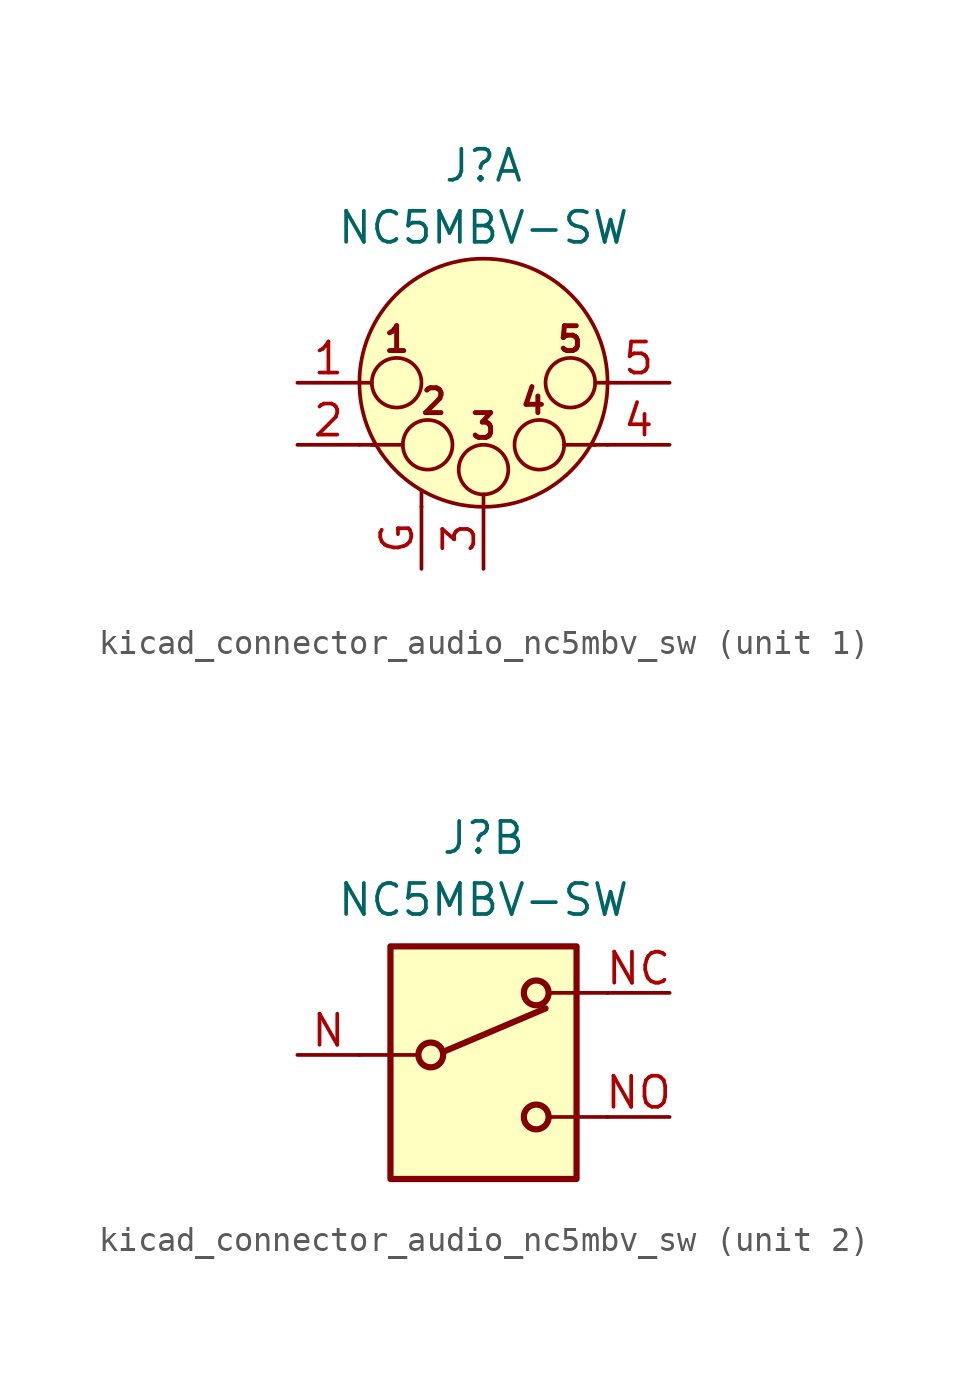
<source format=kicad_sym>
(kicad_symbol_lib
  (version 20220914)
  (generator kicad_symbol_editor)
  (symbol "kicad_connector_audio_nc5mbv_sw"
    (pin_names hide)
    (property "Reference" "J"
      (at 0 8.89 0)
      (effects (font (size 1.27 1.27))))
    (property "Value" "NC5MBV-SW"
      (at 0 6.35 0)
      (effects (font (size 1.27 1.27))))
    (property "ki_locked" ""
      (at 0 0 0)
      (effects (font (size 1.27 1.27))))
    (symbol "kicad_connector_audio_nc5mbv_sw_1_1"
      (circle (center -3.556 0) (radius 1.016) (stroke (width 0) (type default)) (fill (type none)))
      (circle (center -2.286 -2.54) (radius 1.016) (stroke (width 0) (type default)) (fill (type none)))
      (circle (center 0 -3.556) (radius 1.016) (stroke (width 0) (type default)) (fill (type none)))
      (polyline (pts (xy -5.08 -2.54) (xy -4.445 -2.54)) (stroke (width 0) (type default)) (fill (type none)))
      (polyline (pts (xy -5.08 0) (xy -4.572 0)) (stroke (width 0) (type default)) (fill (type none)))
      (polyline (pts (xy -4.572 -2.54) (xy -3.302 -2.54)) (stroke (width 0) (type default)) (fill (type none)))
      (polyline (pts (xy -2.54 -5.08) (xy -2.54 -4.445)) (stroke (width 0) (type default)) (fill (type none)))
      (polyline (pts (xy 0 -5.08) (xy 0 -4.572)) (stroke (width 0) (type default)) (fill (type none)))
      (polyline (pts (xy 4.572 -2.54) (xy 3.302 -2.54)) (stroke (width 0) (type default)) (fill (type none)))
      (polyline (pts (xy 5.08 -2.54) (xy 4.445 -2.54)) (stroke (width 0) (type default)) (fill (type none)))
      (polyline (pts (xy 5.08 0) (xy 4.572 0)) (stroke (width 0) (type default)) (fill (type none)))
      (circle (center 0 0) (radius 5.08) (stroke (width 0) (type default)) (fill (type background)))
      (circle (center 2.286 -2.54) (radius 1.016) (stroke (width 0) (type default)) (fill (type none)))
      (circle (center 3.556 0) (radius 1.016) (stroke (width 0) (type default)) (fill (type none)))
      (text "1" (at -3.556 1.778 0) (effects (font (size 1.016 1.016) bold)))
      (text "2" (at -2.032 -0.762 0) (effects (font (size 1.016 1.016) bold)))
      (text "3" (at 0 -1.778 0) (effects (font (size 1.016 1.016) bold)))
      (text "4" (at 2.032 -0.762 0) (effects (font (size 1.016 1.016) bold)))
      (text "5" (at 3.556 1.778 0) (effects (font (size 1.016 1.016) bold)))
      (pin passive line (at -7.62 0 0) (length 2.54) (name "P1" (effects (font (size 1.27 1.27)))) (number "1" (effects (font (size 1.27 1.27)))))
      (pin passive line (at -7.62 -2.54 0) (length 2.54) (name "P2" (effects (font (size 1.27 1.27)))) (number "2" (effects (font (size 1.27 1.27)))))
      (pin passive line (at 0 -7.62 90) (length 2.54) (name "P3" (effects (font (size 1.27 1.27)))) (number "3" (effects (font (size 1.27 1.27)))))
      (pin passive line (at 7.62 -2.54 180) (length 2.54) (name "P3" (effects (font (size 1.27 1.27)))) (number "4" (effects (font (size 1.27 1.27)))))
      (pin passive line (at 7.62 0 180) (length 2.54) (name "P5" (effects (font (size 1.27 1.27)))) (number "5" (effects (font (size 1.27 1.27)))))
      (pin passive line (at -2.54 -7.62 90) (length 2.54) (name "~" (effects (font (size 1.27 1.27)))) (number "G" (effects (font (size 1.27 1.27))))))
    (symbol "kicad_connector_audio_nc5mbv_sw_2_1"
      (rectangle (start -3.81 4.445) (end 3.81 -5.08) (stroke (width 0.254) (type default)) (fill (type background)))
      (circle (center -2.159 0) (radius 0.508) (stroke (width 0.254) (type default)) (fill (type none)))
      (polyline (pts (xy -5.08 0) (xy -2.794 0)) (stroke (width 0) (type default)) (fill (type none)))
      (polyline (pts (xy -1.651 0.127) (xy 2.54 1.905)) (stroke (width 0.254) (type default)) (fill (type none)))
      (polyline (pts (xy 5.08 -2.54) (xy 2.794 -2.54)) (stroke (width 0) (type default)) (fill (type none)))
      (polyline (pts (xy 5.08 2.54) (xy 2.794 2.54)) (stroke (width 0) (type default)) (fill (type none)))
      (circle (center 2.159 -2.54) (radius 0.508) (stroke (width 0.254) (type default)) (fill (type none)))
      (circle (center 2.159 2.54) (radius 0.508) (stroke (width 0.254) (type default)) (fill (type none)))
      (pin passive line (at -7.62 0 0) (length 2.54) (name "~" (effects (font (size 1.27 1.27)))) (number "N" (effects (font (size 1.27 1.27)))))
      (pin passive line (at 7.62 2.54 180) (length 2.54) (name "~" (effects (font (size 1.27 1.27)))) (number "NC" (effects (font (size 1.27 1.27)))))
      (pin passive line (at 7.62 -2.54 180) (length 2.54) (name "~" (effects (font (size 1.27 1.27)))) (number "NO" (effects (font (size 1.27 1.27))))))))
</source>
